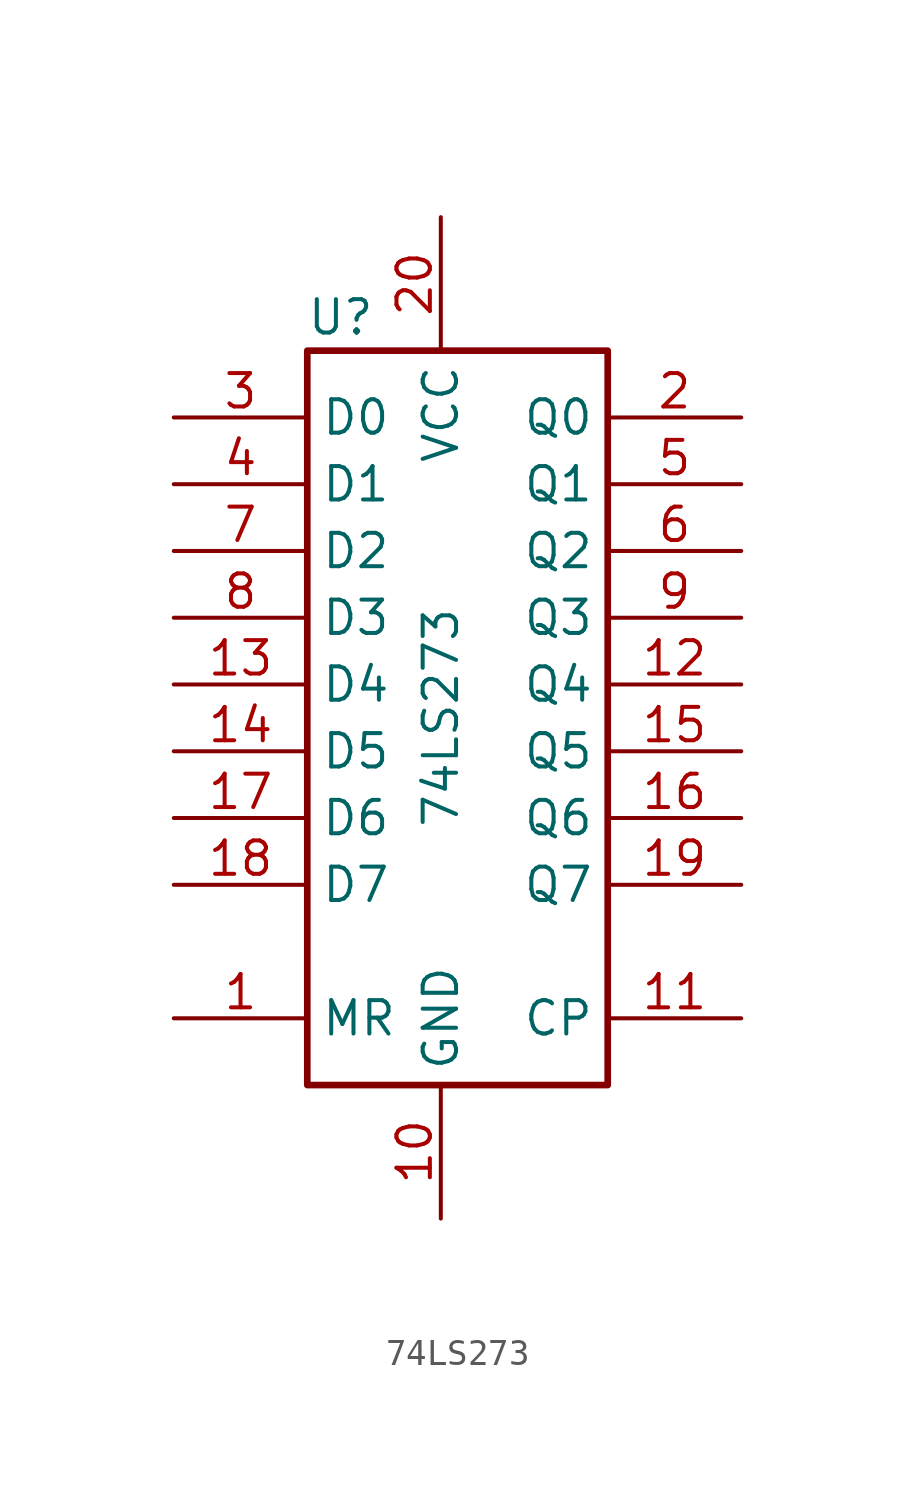
<source format=kicad_sym>
(kicad_symbol_lib
  (version 20211014)
  (generator kicad_symbol_editor)
  (symbol "74LS273"
    (property "Reference" "U"
      (at -3.81 15.24 0)
      (effects (font (size 1.27 1.27))))
    (property "Value" "74LS273"
      (at 0 0 90)
      (effects (font (size 1.27 1.27))))
    (symbol "74LS273_0_1"
      (rectangle (start -5.08 13.97) (end 6.35 -13.97) (stroke (width 0.254) (type default) (color 0 0 0 0)) (fill (type none))))
    (symbol "74LS273_1_1"
      (pin input line (at -10.16 -11.43 0) (length 5.08) (name "MR" (effects (font (size 1.27 1.27)))) (number "1" (effects (font (size 1.27 1.27)))))
      (pin power_in line (at 0 -19.05 90) (length 5.08) (name "GND" (effects (font (size 1.27 1.27)))) (number "10" (effects (font (size 1.27 1.27)))))
      (pin input line (at 11.43 -11.43 180) (length 5.08) (name "CP" (effects (font (size 1.27 1.27)))) (number "11" (effects (font (size 1.27 1.27)))))
      (pin output line (at 11.43 1.27 180) (length 5.08) (name "Q4" (effects (font (size 1.27 1.27)))) (number "12" (effects (font (size 1.27 1.27)))))
      (pin input line (at -10.16 1.27 0) (length 5.08) (name "D4" (effects (font (size 1.27 1.27)))) (number "13" (effects (font (size 1.27 1.27)))))
      (pin input line (at -10.16 -1.27 0) (length 5.08) (name "D5" (effects (font (size 1.27 1.27)))) (number "14" (effects (font (size 1.27 1.27)))))
      (pin output line (at 11.43 -1.27 180) (length 5.08) (name "Q5" (effects (font (size 1.27 1.27)))) (number "15" (effects (font (size 1.27 1.27)))))
      (pin output line (at 11.43 -3.81 180) (length 5.08) (name "Q6" (effects (font (size 1.27 1.27)))) (number "16" (effects (font (size 1.27 1.27)))))
      (pin input line (at -10.16 -3.81 0) (length 5.08) (name "D6" (effects (font (size 1.27 1.27)))) (number "17" (effects (font (size 1.27 1.27)))))
      (pin input line (at -10.16 -6.35 0) (length 5.08) (name "D7" (effects (font (size 1.27 1.27)))) (number "18" (effects (font (size 1.27 1.27)))))
      (pin output line (at 11.43 -6.35 180) (length 5.08) (name "Q7" (effects (font (size 1.27 1.27)))) (number "19" (effects (font (size 1.27 1.27)))))
      (pin output line (at 11.43 11.43 180) (length 5.08) (name "Q0" (effects (font (size 1.27 1.27)))) (number "2" (effects (font (size 1.27 1.27)))))
      (pin power_in line (at 0 19.05 270) (length 5.08) (name "VCC" (effects (font (size 1.27 1.27)))) (number "20" (effects (font (size 1.27 1.27)))))
      (pin input line (at -10.16 11.43 0) (length 5.08) (name "D0" (effects (font (size 1.27 1.27)))) (number "3" (effects (font (size 1.27 1.27)))))
      (pin input line (at -10.16 8.89 0) (length 5.08) (name "D1" (effects (font (size 1.27 1.27)))) (number "4" (effects (font (size 1.27 1.27)))))
      (pin output line (at 11.43 8.89 180) (length 5.08) (name "Q1" (effects (font (size 1.27 1.27)))) (number "5" (effects (font (size 1.27 1.27)))))
      (pin output line (at 11.43 6.35 180) (length 5.08) (name "Q2" (effects (font (size 1.27 1.27)))) (number "6" (effects (font (size 1.27 1.27)))))
      (pin input line (at -10.16 6.35 0) (length 5.08) (name "D2" (effects (font (size 1.27 1.27)))) (number "7" (effects (font (size 1.27 1.27)))))
      (pin input line (at -10.16 3.81 0) (length 5.08) (name "D3" (effects (font (size 1.27 1.27)))) (number "8" (effects (font (size 1.27 1.27)))))
      (pin output line (at 11.43 3.81 180) (length 5.08) (name "Q3" (effects (font (size 1.27 1.27)))) (number "9" (effects (font (size 1.27 1.27))))))))
</source>
